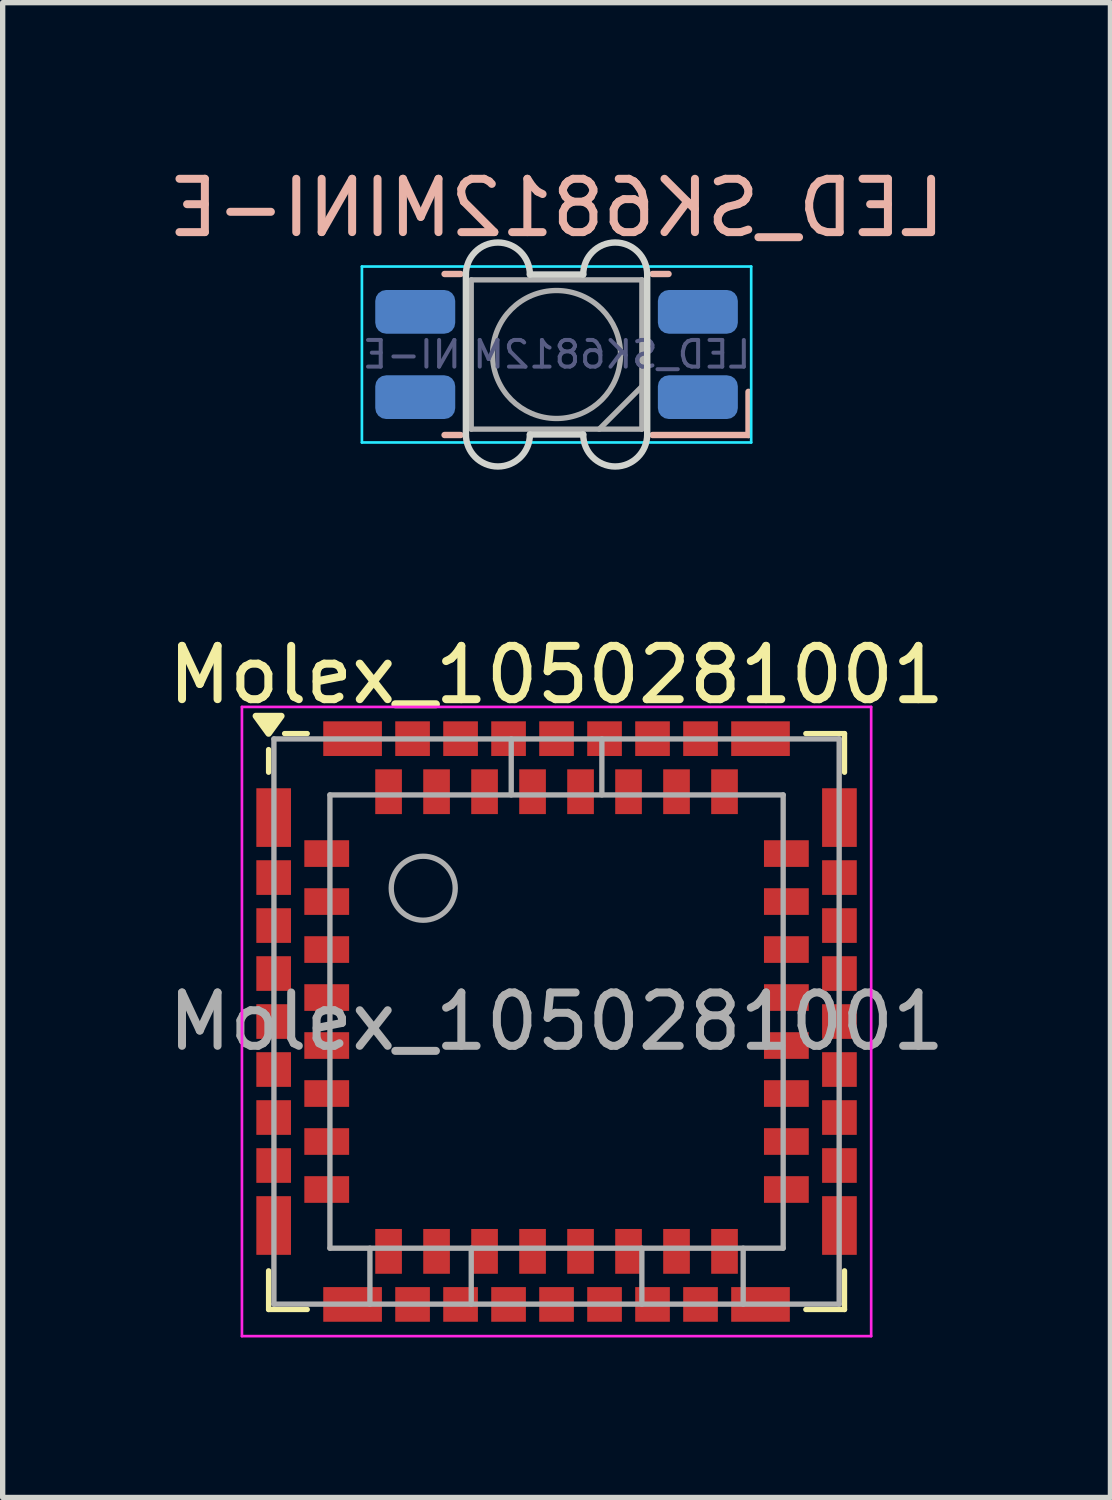
<source format=kicad_pcb>
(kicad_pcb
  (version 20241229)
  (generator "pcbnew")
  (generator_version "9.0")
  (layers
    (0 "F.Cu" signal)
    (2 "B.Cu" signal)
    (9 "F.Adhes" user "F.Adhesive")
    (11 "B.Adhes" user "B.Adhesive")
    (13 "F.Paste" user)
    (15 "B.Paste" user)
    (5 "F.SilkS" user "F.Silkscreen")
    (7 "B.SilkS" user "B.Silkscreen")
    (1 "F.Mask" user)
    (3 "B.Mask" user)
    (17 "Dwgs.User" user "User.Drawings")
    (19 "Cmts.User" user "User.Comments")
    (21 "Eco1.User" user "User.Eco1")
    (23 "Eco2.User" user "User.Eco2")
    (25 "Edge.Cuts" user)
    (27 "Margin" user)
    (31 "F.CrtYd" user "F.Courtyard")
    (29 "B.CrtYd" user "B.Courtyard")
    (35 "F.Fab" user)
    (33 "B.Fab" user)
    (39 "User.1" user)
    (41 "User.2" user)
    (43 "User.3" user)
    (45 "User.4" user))
  (footprint "LED_SK6812MINI-E"
    (layer "F.Cu")
    (at 7.387 3.598)
    (property "Reference" "LED_SK6812MINI-E" (at 0 -2.75 0) (layer "B.SilkS") (effects (font (size 1 1) (thickness 0.15)) (justify mirror)))
    (attr smd)
    (fp_line (start -2.1 -1.51) (end -1.8 -1.51) (stroke (width 0.12) (type solid)) (layer "B.SilkS"))
    (fp_line (start -2.1 1.51) (end -1.8 1.51) (stroke (width 0.12) (type solid)) (layer "B.SilkS"))
    (fp_line (start 2.1 -1.51) (end 1.8 -1.51) (stroke (width 0.12) (type solid)) (layer "B.SilkS"))
    (fp_line (start 3.6 0.7) (end 3.6 1.51) (stroke (width 0.12) (type solid)) (layer "B.SilkS"))
    (fp_line (start 3.6 1.51) (end 1.8 1.51) (stroke (width 0.12) (type solid)) (layer "B.SilkS"))
    (fp_line (start -1.7 1.5) (end -1.7 -1.5) (stroke (width 0.12) (type solid)) (layer "Edge.Cuts"))
    (fp_line (start -0.5 -1.5) (end 0.5 -1.5) (stroke (width 0.12) (type solid)) (layer "Edge.Cuts"))
    (fp_line (start -0.5 1.5) (end 0.5 1.5) (stroke (width 0.12) (type solid)) (layer "Edge.Cuts"))
    (fp_line (start 1.7 -1.5) (end 1.7 1.5) (stroke (width 0.12) (type solid)) (layer "Edge.Cuts"))
    (fp_arc (start -1.7 -1.5) (mid -1.1 -2.1) (end -0.5 -1.5) (stroke (width 0.12) (type solid)) (layer "Edge.Cuts"))
    (fp_arc (start -0.5 1.5) (mid -1.1 2.1) (end -1.7 1.5) (stroke (width 0.12) (type solid)) (layer "Edge.Cuts"))
    (fp_arc (start 0.5 -1.5) (mid 1.1 -2.1) (end 1.7 -1.5) (stroke (width 0.12) (type solid)) (layer "Edge.Cuts"))
    (fp_arc (start 1.7 1.5) (mid 1.1 2.1) (end 0.5 1.5) (stroke (width 0.12) (type solid)) (layer "Edge.Cuts"))
    (fp_line (start -3.65 -1.65) (end -3.65 1.65) (stroke (width 0.05) (type solid)) (layer "B.CrtYd"))
    (fp_line (start -3.65 1.65) (end 3.65 1.65) (stroke (width 0.05) (type solid)) (layer "B.CrtYd"))
    (fp_line (start 3.65 -1.65) (end -3.65 -1.65) (stroke (width 0.05) (type solid)) (layer "B.CrtYd"))
    (fp_line (start 3.65 1.65) (end 3.65 -1.65) (stroke (width 0.05) (type solid)) (layer "B.CrtYd"))
    (fp_line (start -1.6 -1.4) (end 1.6 -1.4) (stroke (width 0.1) (type solid)) (layer "F.Fab"))
    (fp_line (start -1.6 1.4) (end 1.6 1.4) (stroke (width 0.1) (type solid)) (layer "F.Fab"))
    (fp_line (start 1.6 0.6) (end 0.8 1.4) (stroke (width 0.1) (type solid)) (layer "F.Fab"))
    (fp_rect (start -1.6 -1.4) (end -1.6 1.4) (stroke (width 0.1) (type solid)) (fill no) (layer "F.Fab"))
    (fp_rect (start 1.6 1.4) (end 1.6 -1.4) (stroke (width 0.1) (type solid)) (fill no) (layer "F.Fab"))
    (fp_circle (center 0 0) (end 1.2 0) (stroke (width 0.1) (type solid)) (fill no) (layer "F.Fab"))
    (fp_text user "${REFERENCE}" (at 0 0 0) (layer "B.Fab") (effects (font (size 0.5 0.5) (thickness 0.075)) (justify mirror)))
    (pad "1" smd roundrect (at -2.65 -0.8) (size 1.5 0.82) (layers "B.Cu" "B.Mask" "B.Paste") (roundrect_rratio 0.25))
    (pad "2" smd roundrect (at -2.65 0.8) (size 1.5 0.82) (layers "B.Cu" "B.Mask" "B.Paste") (roundrect_rratio 0.25))
    (pad "3" smd roundrect (at 2.65 0.8) (size 1.5 0.82) (layers "B.Cu" "B.Mask" "B.Paste") (roundrect_rratio 0.25))
    (pad "4" smd roundrect (at 2.65 -0.8) (size 1.5 0.82) (layers "B.Cu" "B.Mask" "B.Paste") (roundrect_rratio 0.25)))
  (footprint "Molex_1050281001"
    (layer "F.Cu")
    (at 7.387 16.107)
    (property "Reference" "Molex_1050281001" (at 0 -6.5 0) (unlocked yes) (layer "F.SilkS") (effects (font (size 1 1) (thickness 0.15))))
    (attr smd)
    (fp_line (start -5.4 -4.675) (end -5.4 -5.1) (stroke (width 0.1) (type default)) (layer "F.SilkS"))
    (fp_line (start -5.4 5.4) (end -5.4 4.675) (stroke (width 0.1) (type default)) (layer "F.SilkS"))
    (fp_line (start -5.1 -5.4) (end -4.675 -5.4) (stroke (width 0.1) (type default)) (layer "F.SilkS"))
    (fp_line (start -4.675 5.4) (end -5.4 5.4) (stroke (width 0.1) (type default)) (layer "F.SilkS"))
    (fp_line (start 4.675 -5.4) (end 5.4 -5.4) (stroke (width 0.1) (type default)) (layer "F.SilkS"))
    (fp_line (start 5.4 -5.4) (end 5.4 -4.675) (stroke (width 0.1) (type default)) (layer "F.SilkS"))
    (fp_line (start 5.4 4.675) (end 5.4 5.4) (stroke (width 0.1) (type default)) (layer "F.SilkS"))
    (fp_line (start 5.4 5.4) (end 4.675 5.4) (stroke (width 0.1) (type default)) (layer "F.SilkS"))
    (fp_poly (pts (xy -5.4 -5.4) (xy -5.64 -5.73) (xy -5.16 -5.73) (xy -5.4 -5.4)) (stroke (width 0.12) (type solid)) (fill yes) (layer "F.SilkS"))
    (fp_line (start -5.9 -5.9) (end 5.9 -5.9) (stroke (width 0.05) (type default)) (layer "F.CrtYd"))
    (fp_line (start -5.9 5.9) (end -5.9 -5.9) (stroke (width 0.05) (type default)) (layer "F.CrtYd"))
    (fp_line (start 5.9 -5.9) (end 5.9 5.9) (stroke (width 0.05) (type default)) (layer "F.CrtYd"))
    (fp_line (start 5.9 5.9) (end -5.9 5.9) (stroke (width 0.05) (type default)) (layer "F.CrtYd"))
    (fp_line (start -5.3 -5.3) (end 5.3 -5.3) (stroke (width 0.1) (type default)) (layer "F.Fab"))
    (fp_line (start -5.3 5.3) (end -5.3 -5.3) (stroke (width 0.1) (type default)) (layer "F.Fab"))
    (fp_line (start -5.3 5.3) (end 5.3 5.3) (stroke (width 0.1) (type default)) (layer "F.Fab"))
    (fp_line (start -4.25 -4.25) (end -4.25 4.25) (stroke (width 0.1) (type default)) (layer "F.Fab"))
    (fp_line (start -4.25 4.25) (end 4.25 4.25) (stroke (width 0.1) (type default)) (layer "F.Fab"))
    (fp_line (start -3.5 5.3) (end -3.5 4.25) (stroke (width 0.1) (type default)) (layer "F.Fab"))
    (fp_line (start -1.6 4.25) (end -1.6 5.3) (stroke (width 0.1) (type default)) (layer "F.Fab"))
    (fp_line (start -0.85 -4.25) (end -0.85 -5.3) (stroke (width 0.1) (type default)) (layer "F.Fab"))
    (fp_line (start 0.85 -5.3) (end 0.85 -4.25) (stroke (width 0.1) (type default)) (layer "F.Fab"))
    (fp_line (start 1.6 5.3) (end 1.6 4.25) (stroke (width 0.1) (type default)) (layer "F.Fab"))
    (fp_line (start 3.5 4.25) (end 3.5 5.3) (stroke (width 0.1) (type default)) (layer "F.Fab"))
    (fp_line (start 4.25 -4.25) (end -4.25 -4.25) (stroke (width 0.1) (type default)) (layer "F.Fab"))
    (fp_line (start 4.25 -4.25) (end 4.25 4.25) (stroke (width 0.1) (type default)) (layer "F.Fab"))
    (fp_line (start 5.3 -5.3) (end 5.3 5.3) (stroke (width 0.1) (type default)) (layer "F.Fab"))
    (fp_circle (center -2.5 -2.5) (end -2.5 -1.9) (stroke (width 0.1) (type default)) (fill no) (layer "F.Fab"))
    (fp_text user "${REFERENCE}" (at 0 0 0) (unlocked yes) (layer "F.Fab") (effects (font (size 1 1) (thickness 0.15))))
    (pad "1" smd rect (at -4.31 -3.15 90) (size 0.5 0.84) (layers "F.Cu" "F.Mask" "F.Paste"))
    (pad "2" smd rect (at -4.31 -2.25 90) (size 0.5 0.84) (layers "F.Cu" "F.Mask" "F.Paste"))
    (pad "3" smd rect (at -4.31 -1.35 90) (size 0.5 0.84) (layers "F.Cu" "F.Mask" "F.Paste"))
    (pad "4" smd rect (at -4.31 -0.45 90) (size 0.5 0.84) (layers "F.Cu" "F.Mask" "F.Paste"))
    (pad "5" smd rect (at -4.31 0.45 90) (size 0.5 0.84) (layers "F.Cu" "F.Mask" "F.Paste"))
    (pad "6" smd rect (at -4.31 1.35 90) (size 0.5 0.84) (layers "F.Cu" "F.Mask" "F.Paste"))
    (pad "7" smd rect (at -4.31 2.25 90) (size 0.5 0.84) (layers "F.Cu" "F.Mask" "F.Paste"))
    (pad "8" smd rect (at -4.31 3.15 90) (size 0.5 0.84) (layers "F.Cu" "F.Mask" "F.Paste"))
    (pad "9" smd rect (at -3.15 4.31) (size 0.5 0.84) (layers "F.Cu" "F.Mask" "F.Paste"))
    (pad "10" smd rect (at -2.25 4.31) (size 0.5 0.84) (layers "F.Cu" "F.Mask" "F.Paste"))
    (pad "11" smd rect (at -1.35 4.31) (size 0.5 0.84) (layers "F.Cu" "F.Mask" "F.Paste"))
    (pad "12" smd rect (at -0.45 4.31) (size 0.5 0.84) (layers "F.Cu" "F.Mask" "F.Paste"))
    (pad "13" smd rect (at 0.45 4.31) (size 0.5 0.84) (layers "F.Cu" "F.Mask" "F.Paste"))
    (pad "14" smd rect (at 1.35 4.31) (size 0.5 0.84) (layers "F.Cu" "F.Mask" "F.Paste"))
    (pad "15" smd rect (at 2.25 4.31) (size 0.5 0.84) (layers "F.Cu" "F.Mask" "F.Paste"))
    (pad "16" smd rect (at 3.15 4.31) (size 0.5 0.84) (layers "F.Cu" "F.Mask" "F.Paste"))
    (pad "17" smd rect (at 4.31 3.15 90) (size 0.5 0.84) (layers "F.Cu" "F.Mask" "F.Paste"))
    (pad "18" smd rect (at 4.31 2.25 90) (size 0.5 0.84) (layers "F.Cu" "F.Mask" "F.Paste"))
    (pad "19" smd rect (at 4.31 1.35 90) (size 0.5 0.84) (layers "F.Cu" "F.Mask" "F.Paste"))
    (pad "20" smd rect (at 4.31 0.45 90) (size 0.5 0.84) (layers "F.Cu" "F.Mask" "F.Paste"))
    (pad "21" smd rect (at 4.31 -0.45 90) (size 0.5 0.84) (layers "F.Cu" "F.Mask" "F.Paste"))
    (pad "22" smd rect (at 4.31 -1.35 90) (size 0.5 0.84) (layers "F.Cu" "F.Mask" "F.Paste"))
    (pad "23" smd rect (at 4.31 -2.25 90) (size 0.5 0.84) (layers "F.Cu" "F.Mask" "F.Paste"))
    (pad "24" smd rect (at 4.31 -3.15 90) (size 0.5 0.84) (layers "F.Cu" "F.Mask" "F.Paste"))
    (pad "25" smd rect (at 3.15 -4.31) (size 0.5 0.84) (layers "F.Cu" "F.Mask" "F.Paste"))
    (pad "26" smd rect (at 2.25 -4.31) (size 0.5 0.84) (layers "F.Cu" "F.Mask" "F.Paste"))
    (pad "27" smd rect (at 1.35 -4.31) (size 0.5 0.84) (layers "F.Cu" "F.Mask" "F.Paste"))
    (pad "28" smd rect (at 0.45 -4.31) (size 0.5 0.84) (layers "F.Cu" "F.Mask" "F.Paste"))
    (pad "29" smd rect (at -0.45 -4.31) (size 0.5 0.84) (layers "F.Cu" "F.Mask" "F.Paste"))
    (pad "30" smd rect (at -1.35 -4.31) (size 0.5 0.84) (layers "F.Cu" "F.Mask" "F.Paste"))
    (pad "31" smd rect (at -2.25 -4.31) (size 0.5 0.84) (layers "F.Cu" "F.Mask" "F.Paste"))
    (pad "32" smd rect (at -3.15 -4.31) (size 0.5 0.84) (layers "F.Cu" "F.Mask" "F.Paste"))
    (pad "33" smd rect (at -5.305 -3.825 90) (size 1.1 0.65) (layers "F.Cu" "F.Mask" "F.Paste"))
    (pad "33" smd rect (at -5.305 -2.7 90) (size 0.65 0.65) (layers "F.Cu" "F.Mask" "F.Paste"))
    (pad "33" smd rect (at -5.305 -1.8 90) (size 0.65 0.65) (layers "F.Cu" "F.Mask" "F.Paste"))
    (pad "33" smd rect (at -5.305 -0.9 90) (size 0.65 0.65) (layers "F.Cu" "F.Mask" "F.Paste"))
    (pad "33" smd rect (at -5.305 0 90) (size 0.65 0.65) (layers "F.Cu" "F.Mask" "F.Paste"))
    (pad "33" smd rect (at -5.305 0.9 90) (size 0.65 0.65) (layers "F.Cu" "F.Mask" "F.Paste"))
    (pad "33" smd rect (at -5.305 1.8 90) (size 0.65 0.65) (layers "F.Cu" "F.Mask" "F.Paste"))
    (pad "33" smd rect (at -5.305 2.7 90) (size 0.65 0.65) (layers "F.Cu" "F.Mask" "F.Paste"))
    (pad "33" smd rect (at -5.305 3.825 90) (size 1.1 0.65) (layers "F.Cu" "F.Mask" "F.Paste"))
    (pad "33" smd rect (at -3.825 -5.305) (size 1.1 0.65) (layers "F.Cu" "F.Mask" "F.Paste"))
    (pad "33" smd rect (at -3.825 5.305) (size 1.1 0.65) (layers "F.Cu" "F.Mask" "F.Paste"))
    (pad "33" smd rect (at -2.7 -5.305) (size 0.65 0.65) (layers "F.Cu" "F.Mask" "F.Paste"))
    (pad "33" smd rect (at -2.7 5.305) (size 0.65 0.65) (layers "F.Cu" "F.Mask" "F.Paste"))
    (pad "33" smd rect (at -1.8 -5.305) (size 0.65 0.65) (layers "F.Cu" "F.Mask" "F.Paste"))
    (pad "33" smd rect (at -1.8 5.305) (size 0.65 0.65) (layers "F.Cu" "F.Mask" "F.Paste"))
    (pad "33" smd rect (at -0.9 -5.305) (size 0.65 0.65) (layers "F.Cu" "F.Mask" "F.Paste"))
    (pad "33" smd rect (at -0.9 5.305) (size 0.65 0.65) (layers "F.Cu" "F.Mask" "F.Paste"))
    (pad "33" smd rect (at 0 -5.305) (size 0.65 0.65) (layers "F.Cu" "F.Mask" "F.Paste"))
    (pad "33" smd rect (at 0 5.305) (size 0.65 0.65) (layers "F.Cu" "F.Mask" "F.Paste"))
    (pad "33" smd rect (at 0.9 -5.305) (size 0.65 0.65) (layers "F.Cu" "F.Mask" "F.Paste"))
    (pad "33" smd rect (at 0.9 5.305) (size 0.65 0.65) (layers "F.Cu" "F.Mask" "F.Paste"))
    (pad "33" smd rect (at 1.8 -5.305) (size 0.65 0.65) (layers "F.Cu" "F.Mask" "F.Paste"))
    (pad "33" smd rect (at 1.8 5.305) (size 0.65 0.65) (layers "F.Cu" "F.Mask" "F.Paste"))
    (pad "33" smd rect (at 2.7 -5.305) (size 0.65 0.65) (layers "F.Cu" "F.Mask" "F.Paste"))
    (pad "33" smd rect (at 2.7 5.305) (size 0.65 0.65) (layers "F.Cu" "F.Mask" "F.Paste"))
    (pad "33" smd rect (at 3.825 -5.305) (size 1.1 0.65) (layers "F.Cu" "F.Mask" "F.Paste"))
    (pad "33" smd rect (at 3.825 5.305) (size 1.1 0.65) (layers "F.Cu" "F.Mask" "F.Paste"))
    (pad "33" smd rect (at 5.305 -3.825 90) (size 1.1 0.65) (layers "F.Cu" "F.Mask" "F.Paste"))
    (pad "33" smd rect (at 5.305 -2.7 90) (size 0.65 0.65) (layers "F.Cu" "F.Mask" "F.Paste"))
    (pad "33" smd rect (at 5.305 -1.8 90) (size 0.65 0.65) (layers "F.Cu" "F.Mask" "F.Paste"))
    (pad "33" smd rect (at 5.305 -0.9 90) (size 0.65 0.65) (layers "F.Cu" "F.Mask" "F.Paste"))
    (pad "33" smd rect (at 5.305 0 90) (size 0.65 0.65) (layers "F.Cu" "F.Mask" "F.Paste"))
    (pad "33" smd rect (at 5.305 0.9 90) (size 0.65 0.65) (layers "F.Cu" "F.Mask" "F.Paste"))
    (pad "33" smd rect (at 5.305 1.8 90) (size 0.65 0.65) (layers "F.Cu" "F.Mask" "F.Paste"))
    (pad "33" smd rect (at 5.305 2.7 90) (size 0.65 0.65) (layers "F.Cu" "F.Mask" "F.Paste"))
    (pad "33" smd rect (at 5.305 3.825 90) (size 1.1 0.65) (layers "F.Cu" "F.Mask" "F.Paste")))
  (gr_rect
    (start -3 -3)
    (end 17.774 25.032)
    (stroke (width 0.1) (type default))
    (fill no)
    (layer "Edge.Cuts")))
</source>
